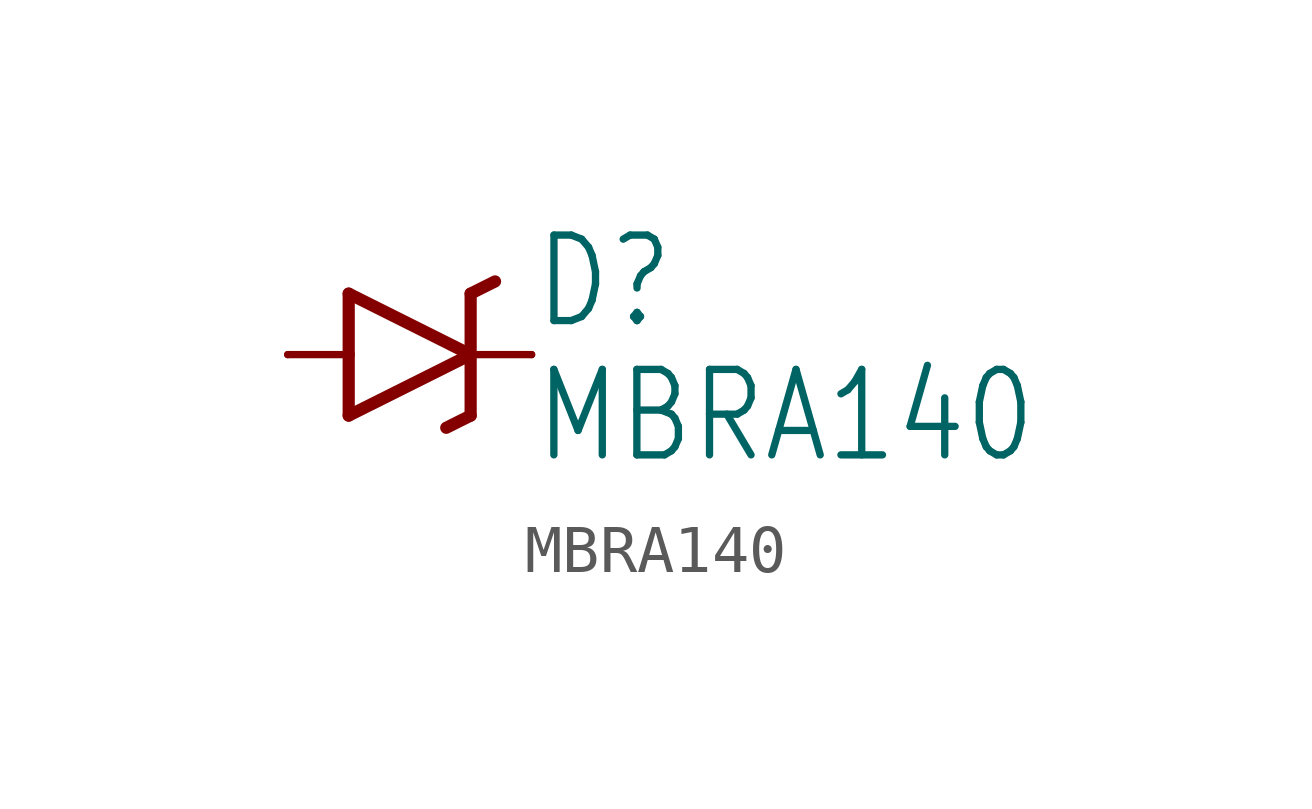
<source format=kicad_sym>
(kicad_symbol_lib
  (version 20211014)
  (generator kicad_symbol_editor)
  (symbol "MBRA140"
    (property "Reference" "D"
      (at 2.545 0.483 0)
      (effects (font (size 1.781 1.514)) (justify left bottom)))
    (property "Value" "MBRA140"
      (at 2.543 -2.314 0)
      (effects (font (size 1.78 1.513)) (justify left bottom)))
    (property "ki_locked" ""
      (at 0 0 0)
      (effects (font (size 1.27 1.27))))
    (symbol "MBRA140_1_0"
      (polyline (pts (xy -2.54 0) (xy -1.27 0)) (stroke (width 0.152) (type default) (color 0 0 0 0)) (fill (type none)))
      (polyline (pts (xy -1.27 -1.27) (xy 1.27 0)) (stroke (width 0.254) (type default) (color 0 0 0 0)) (fill (type none)))
      (polyline (pts (xy -1.27 0) (xy -1.27 -1.27)) (stroke (width 0.254) (type default) (color 0 0 0 0)) (fill (type none)))
      (polyline (pts (xy -1.27 1.27) (xy -1.27 0)) (stroke (width 0.254) (type default) (color 0 0 0 0)) (fill (type none)))
      (polyline (pts (xy 1.27 -1.27) (xy 0.762 -1.524)) (stroke (width 0.254) (type default) (color 0 0 0 0)) (fill (type none)))
      (polyline (pts (xy 1.27 0) (xy -1.27 1.27)) (stroke (width 0.254) (type default) (color 0 0 0 0)) (fill (type none)))
      (polyline (pts (xy 1.27 0) (xy 1.27 -1.27)) (stroke (width 0.254) (type default) (color 0 0 0 0)) (fill (type none)))
      (polyline (pts (xy 1.27 1.27) (xy 1.27 0)) (stroke (width 0.254) (type default) (color 0 0 0 0)) (fill (type none)))
      (polyline (pts (xy 1.27 1.27) (xy 1.778 1.524)) (stroke (width 0.254) (type default) (color 0 0 0 0)) (fill (type none)))
      (polyline (pts (xy 2.54 0) (xy 1.27 0)) (stroke (width 0.152) (type default) (color 0 0 0 0)) (fill (type none)))
      (pin passive line (at -2.54 0 0) (length 0) (name "A" (effects (font (size 0 0)))) (number "A" (effects (font (size 0 0)))))
      (pin passive line (at 2.54 0 180) (length 0) (name "C" (effects (font (size 0 0)))) (number "C" (effects (font (size 0 0))))))))
</source>
